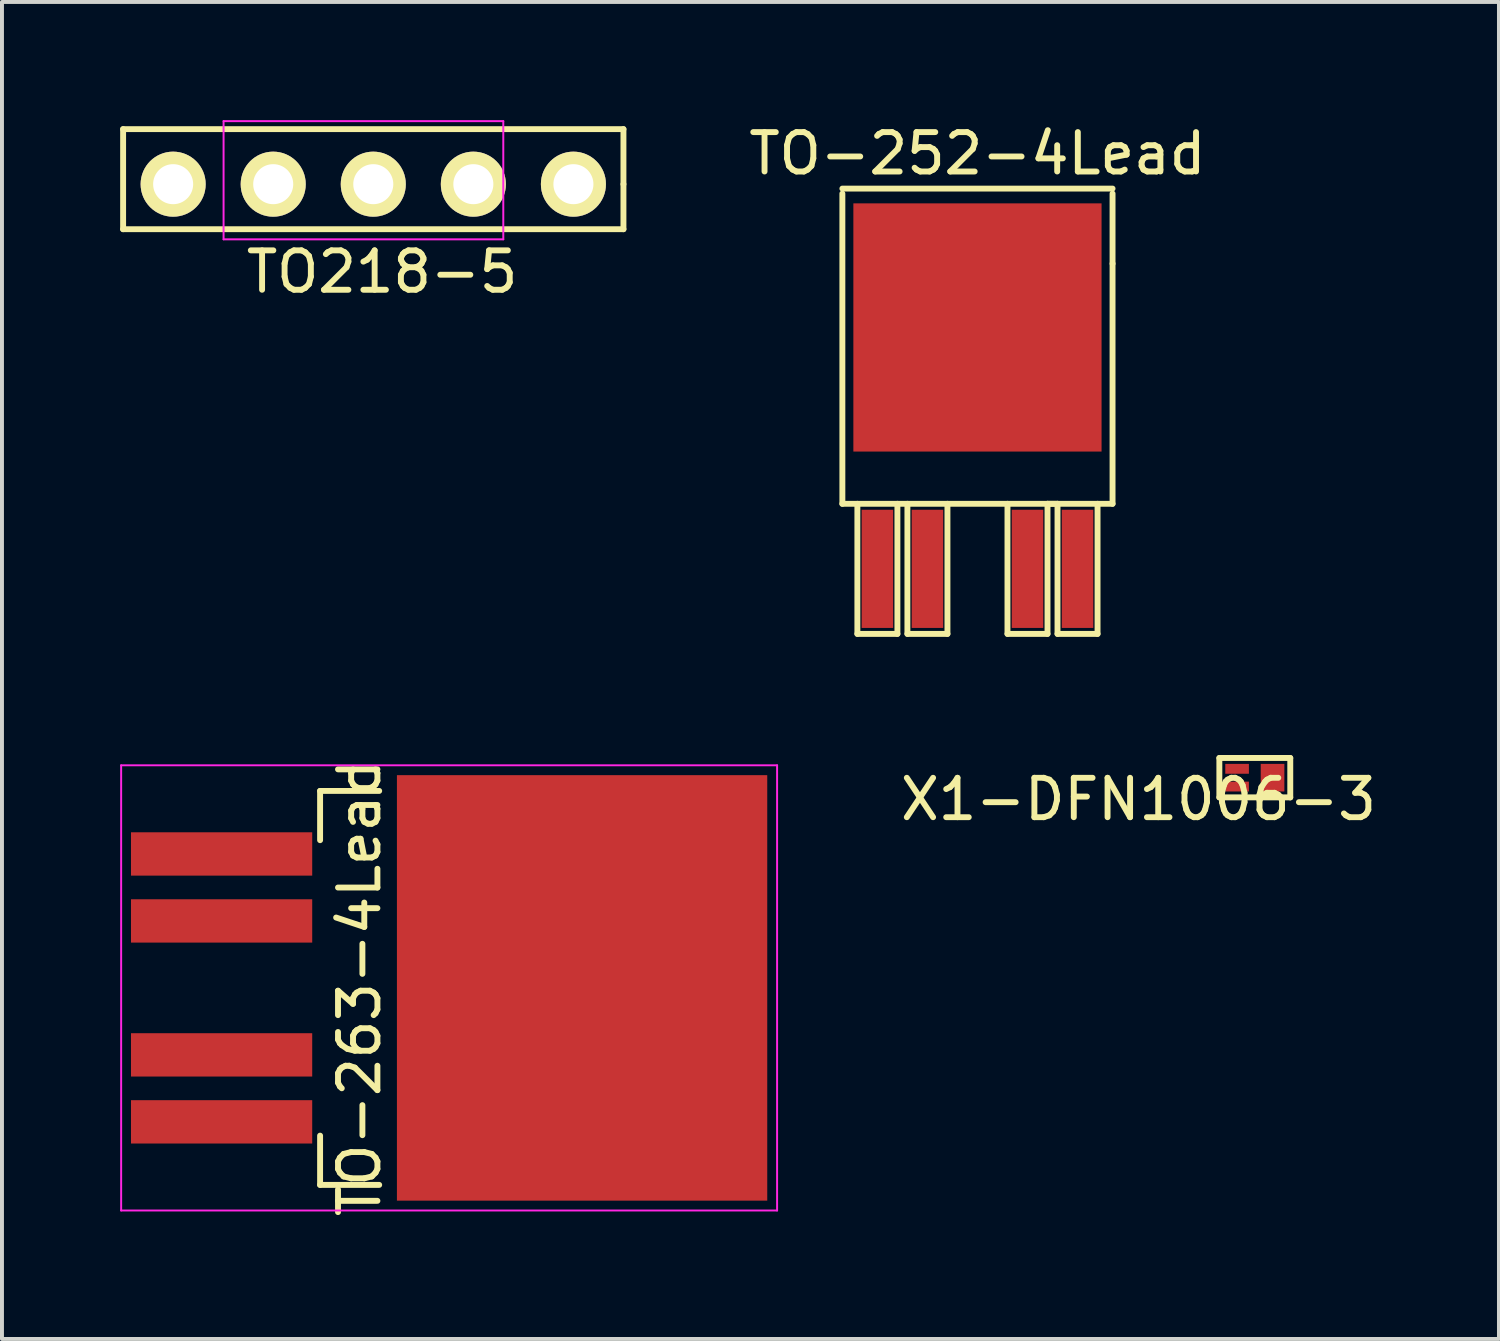
<source format=kicad_pcb>
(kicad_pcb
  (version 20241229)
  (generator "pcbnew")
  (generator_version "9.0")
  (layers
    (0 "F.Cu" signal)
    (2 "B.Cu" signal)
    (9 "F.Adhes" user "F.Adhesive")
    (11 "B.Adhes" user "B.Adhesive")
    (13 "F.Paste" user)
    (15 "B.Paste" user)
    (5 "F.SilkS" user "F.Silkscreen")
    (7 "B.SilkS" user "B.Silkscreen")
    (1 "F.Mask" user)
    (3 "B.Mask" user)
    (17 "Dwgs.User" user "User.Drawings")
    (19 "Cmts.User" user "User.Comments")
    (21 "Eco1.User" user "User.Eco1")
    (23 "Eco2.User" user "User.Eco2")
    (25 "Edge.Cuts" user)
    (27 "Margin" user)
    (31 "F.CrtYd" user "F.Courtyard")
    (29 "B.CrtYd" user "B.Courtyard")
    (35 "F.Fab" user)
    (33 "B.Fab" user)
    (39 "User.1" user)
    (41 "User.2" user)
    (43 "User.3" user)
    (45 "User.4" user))
  (footprint "X1-DFN1006-3"
    (layer "F.Cu")
    (at 28.801 16.69)
    (property "Reference" "X1-DFN1006-3" (at -2.952 0.548 0) (layer "F.SilkS") (effects (font (size 1 1) (thickness 0.15))))
    (attr smd)
    (fp_line (start -0.9 -0.5) (end -0.9 0.5) (stroke (width 0.15) (type solid)) (layer "F.SilkS"))
    (fp_line (start -0.9 0.5) (end 0.9 0.5) (stroke (width 0.15) (type solid)) (layer "F.SilkS"))
    (fp_line (start 0.9 -0.5) (end -0.9 -0.5) (stroke (width 0.15) (type solid)) (layer "F.SilkS"))
    (fp_line (start 0.9 0.5) (end 0.9 -0.5) (stroke (width 0.15) (type solid)) (layer "F.SilkS"))
    (pad "1" smd rect (at -0.45 -0.225) (size 0.6 0.25) (layers "F.Cu" "F.Mask" "F.Paste"))
    (pad "2" smd rect (at -0.45 0.225) (size 0.6 0.25) (layers "F.Cu" "F.Mask" "F.Paste"))
    (pad "3" smd rect (at 0.45 0) (size 0.6 0.7) (layers "F.Cu" "F.Mask" "F.Paste")))
  (footprint "TO-263-4Lead"
    (layer "F.Cu")
    (at 2.575 22.026)
    (property "Reference" "TO-263-4Lead" (at 3.5 0 90) (layer "F.SilkS") (effects (font (size 1 1) (thickness 0.15))))
    (attr smd)
    (fp_line (start 2.5 -5) (end 2.5 -3.75) (stroke (width 0.15) (type solid)) (layer "F.SilkS"))
    (fp_line (start 2.5 -5) (end 4 -5) (stroke (width 0.15) (type solid)) (layer "F.SilkS"))
    (fp_line (start 2.5 5) (end 2.5 3.75) (stroke (width 0.15) (type solid)) (layer "F.SilkS"))
    (fp_line (start 2.5 5) (end 4 5) (stroke (width 0.15) (type solid)) (layer "F.SilkS"))
    (fp_line (start -2.55 -5.65) (end -2.55 5.65) (stroke (width 0.05) (type solid)) (layer "F.CrtYd"))
    (fp_line (start 14.1 -5.65) (end -2.55 -5.65) (stroke (width 0.05) (type solid)) (layer "F.CrtYd"))
    (fp_line (start 14.1 -5.65) (end 14.1 5.65) (stroke (width 0.05) (type solid)) (layer "F.CrtYd"))
    (fp_line (start 14.1 5.65) (end -2.55 5.65) (stroke (width 0.05) (type solid)) (layer "F.CrtYd"))
    (pad "1" smd rect (at 0 -3.4) (size 4.6 1.1) (layers "F.Cu" "F.Mask" "F.Paste"))
    (pad "2" smd rect (at 0 -1.7) (size 4.6 1.1) (layers "F.Cu" "F.Mask" "F.Paste"))
    (pad "3" smd rect (at 9.15 0) (size 9.4 10.8) (layers "F.Cu" "F.Mask" "F.Paste"))
    (pad "4" smd rect (at 0 1.7) (size 4.6 1.1) (layers "F.Cu" "F.Mask" "F.Paste"))
    (pad "5" smd rect (at 0 3.4) (size 4.6 1.1) (layers "F.Cu" "F.Mask" "F.Paste")))
  (footprint "TO218-5"
    (layer "F.Cu")
    (at 6.425 1.625)
    (property "Reference" "TO218-5" (at 0.225 2.225 180) (layer "F.SilkS") (effects (font (size 1 1) (thickness 0.15))))
    (attr through_hole)
    (fp_line (start -6.35 -1.397) (end -6.35 1.143) (stroke (width 0.15) (type solid)) (layer "F.SilkS"))
    (fp_line (start -6.35 1.143) (end 6.35 1.143) (stroke (width 0.15) (type solid)) (layer "F.SilkS"))
    (fp_line (start 6.35 -1.397) (end -6.35 -1.397) (stroke (width 0.15) (type solid)) (layer "F.SilkS"))
    (fp_line (start 6.35 0) (end 6.35 -1.397) (stroke (width 0.15) (type solid)) (layer "F.SilkS"))
    (fp_line (start 6.35 1.143) (end 6.35 0) (stroke (width 0.15) (type solid)) (layer "F.SilkS"))
    (fp_line (start -3.8 -1.6) (end -3.8 1.4) (stroke (width 0.05) (type solid)) (layer "F.CrtYd"))
    (fp_line (start -3.8 -1.6) (end 3.3 -1.6) (stroke (width 0.05) (type solid)) (layer "F.CrtYd"))
    (fp_line (start -3.8 1.4) (end 3.3 1.4) (stroke (width 0.05) (type solid)) (layer "F.CrtYd"))
    (fp_line (start 3.3 -1.6) (end 3.3 1.4) (stroke (width 0.05) (type solid)) (layer "F.CrtYd"))
    (pad "1" thru_hole circle (at -5.08 0 180) (size 1.651 1.651) (drill 1.016) (layers "*.Cu" "*.Mask" "F.SilkS"))
    (pad "2" thru_hole circle (at -2.54 0 180) (size 1.651 1.651) (drill 1.016) (layers "*.Cu" "*.Mask" "F.SilkS"))
    (pad "3" thru_hole circle (at 0 0 180) (size 1.651 1.651) (drill 1.016) (layers "*.Cu" "*.Mask" "F.SilkS"))
    (pad "4" thru_hole circle (at 2.54 0 180) (size 1.651 1.651) (drill 1.016) (layers "*.Cu" "*.Mask" "F.SilkS"))
    (pad "5" thru_hole circle (at 5.08 0 180) (size 1.651 1.651) (drill 1.016) (layers "*.Cu" "*.Mask" "F.SilkS")))
  (footprint "TO-252-4Lead"
    (layer "F.Cu")
    (at 21.761 11.262)
    (property "Reference" "TO-252-4Lead" (at 0 -10.414 0) (layer "F.SilkS") (effects (font (size 1 1) (thickness 0.15))))
    (attr smd)
    (fp_line (start -3.429 -9.525) (end 3.429 -9.525) (stroke (width 0.15) (type solid)) (layer "F.SilkS"))
    (fp_line (start -3.429 -1.524) (end -3.429 -9.398) (stroke (width 0.15) (type solid)) (layer "F.SilkS"))
    (fp_line (start -3.048 -1.524) (end -3.048 1.778) (stroke (width 0.15) (type solid)) (layer "F.SilkS"))
    (fp_line (start -3.048 1.778) (end -2.032 1.778) (stroke (width 0.15) (type solid)) (layer "F.SilkS"))
    (fp_line (start -2.032 1.778) (end -2.032 -1.524) (stroke (width 0.15) (type solid)) (layer "F.SilkS"))
    (fp_line (start -1.778 -1.524) (end -1.778 1.778) (stroke (width 0.15) (type solid)) (layer "F.SilkS"))
    (fp_line (start -1.778 1.778) (end -0.762 1.778) (stroke (width 0.15) (type solid)) (layer "F.SilkS"))
    (fp_line (start -0.762 1.778) (end -0.762 -1.524) (stroke (width 0.15) (type solid)) (layer "F.SilkS"))
    (fp_line (start 0.762 -1.524) (end 0.762 1.778) (stroke (width 0.15) (type solid)) (layer "F.SilkS"))
    (fp_line (start 0.762 1.778) (end 1.778 1.778) (stroke (width 0.15) (type solid)) (layer "F.SilkS"))
    (fp_line (start 1.778 -1.524) (end 2.032 -1.524) (stroke (width 0.15) (type solid)) (layer "F.SilkS"))
    (fp_line (start 1.778 1.778) (end 1.778 -1.524) (stroke (width 0.15) (type solid)) (layer "F.SilkS"))
    (fp_line (start 2.032 -1.524) (end 2.032 1.778) (stroke (width 0.15) (type solid)) (layer "F.SilkS"))
    (fp_line (start 2.032 1.778) (end 3.048 1.778) (stroke (width 0.15) (type solid)) (layer "F.SilkS"))
    (fp_line (start 3.048 1.778) (end 3.048 -1.524) (stroke (width 0.15) (type solid)) (layer "F.SilkS"))
    (fp_line (start 3.429 -9.398) (end 3.429 -7.62) (stroke (width 0.15) (type solid)) (layer "F.SilkS"))
    (fp_line (start 3.429 -7.62) (end 3.429 -1.524) (stroke (width 0.15) (type solid)) (layer "F.SilkS"))
    (fp_line (start 3.429 -1.524) (end -3.429 -1.524) (stroke (width 0.15) (type solid)) (layer "F.SilkS"))
    (pad "1" smd rect (at -2.54 0.127) (size 0.8 3) (layers "F.Cu" "F.Mask" "F.Paste"))
    (pad "2" smd rect (at -1.27 0.127) (size 0.8 3) (layers "F.Cu" "F.Mask" "F.Paste"))
    (pad "3" smd rect (at 0 -6) (size 6.3 6.3) (layers "F.Cu" "F.Mask" "F.Paste"))
    (pad "4" smd rect (at 1.27 0.127) (size 0.8 3) (layers "F.Cu" "F.Mask" "F.Paste"))
    (pad "5" smd rect (at 2.54 0.127) (size 0.8 3) (layers "F.Cu" "F.Mask" "F.Paste")))
  (gr_rect
    (start -3 -3)
    (end 34.998 30.937)
    (stroke (width 0.1) (type default))
    (fill no)
    (layer "Edge.Cuts")))
</source>
